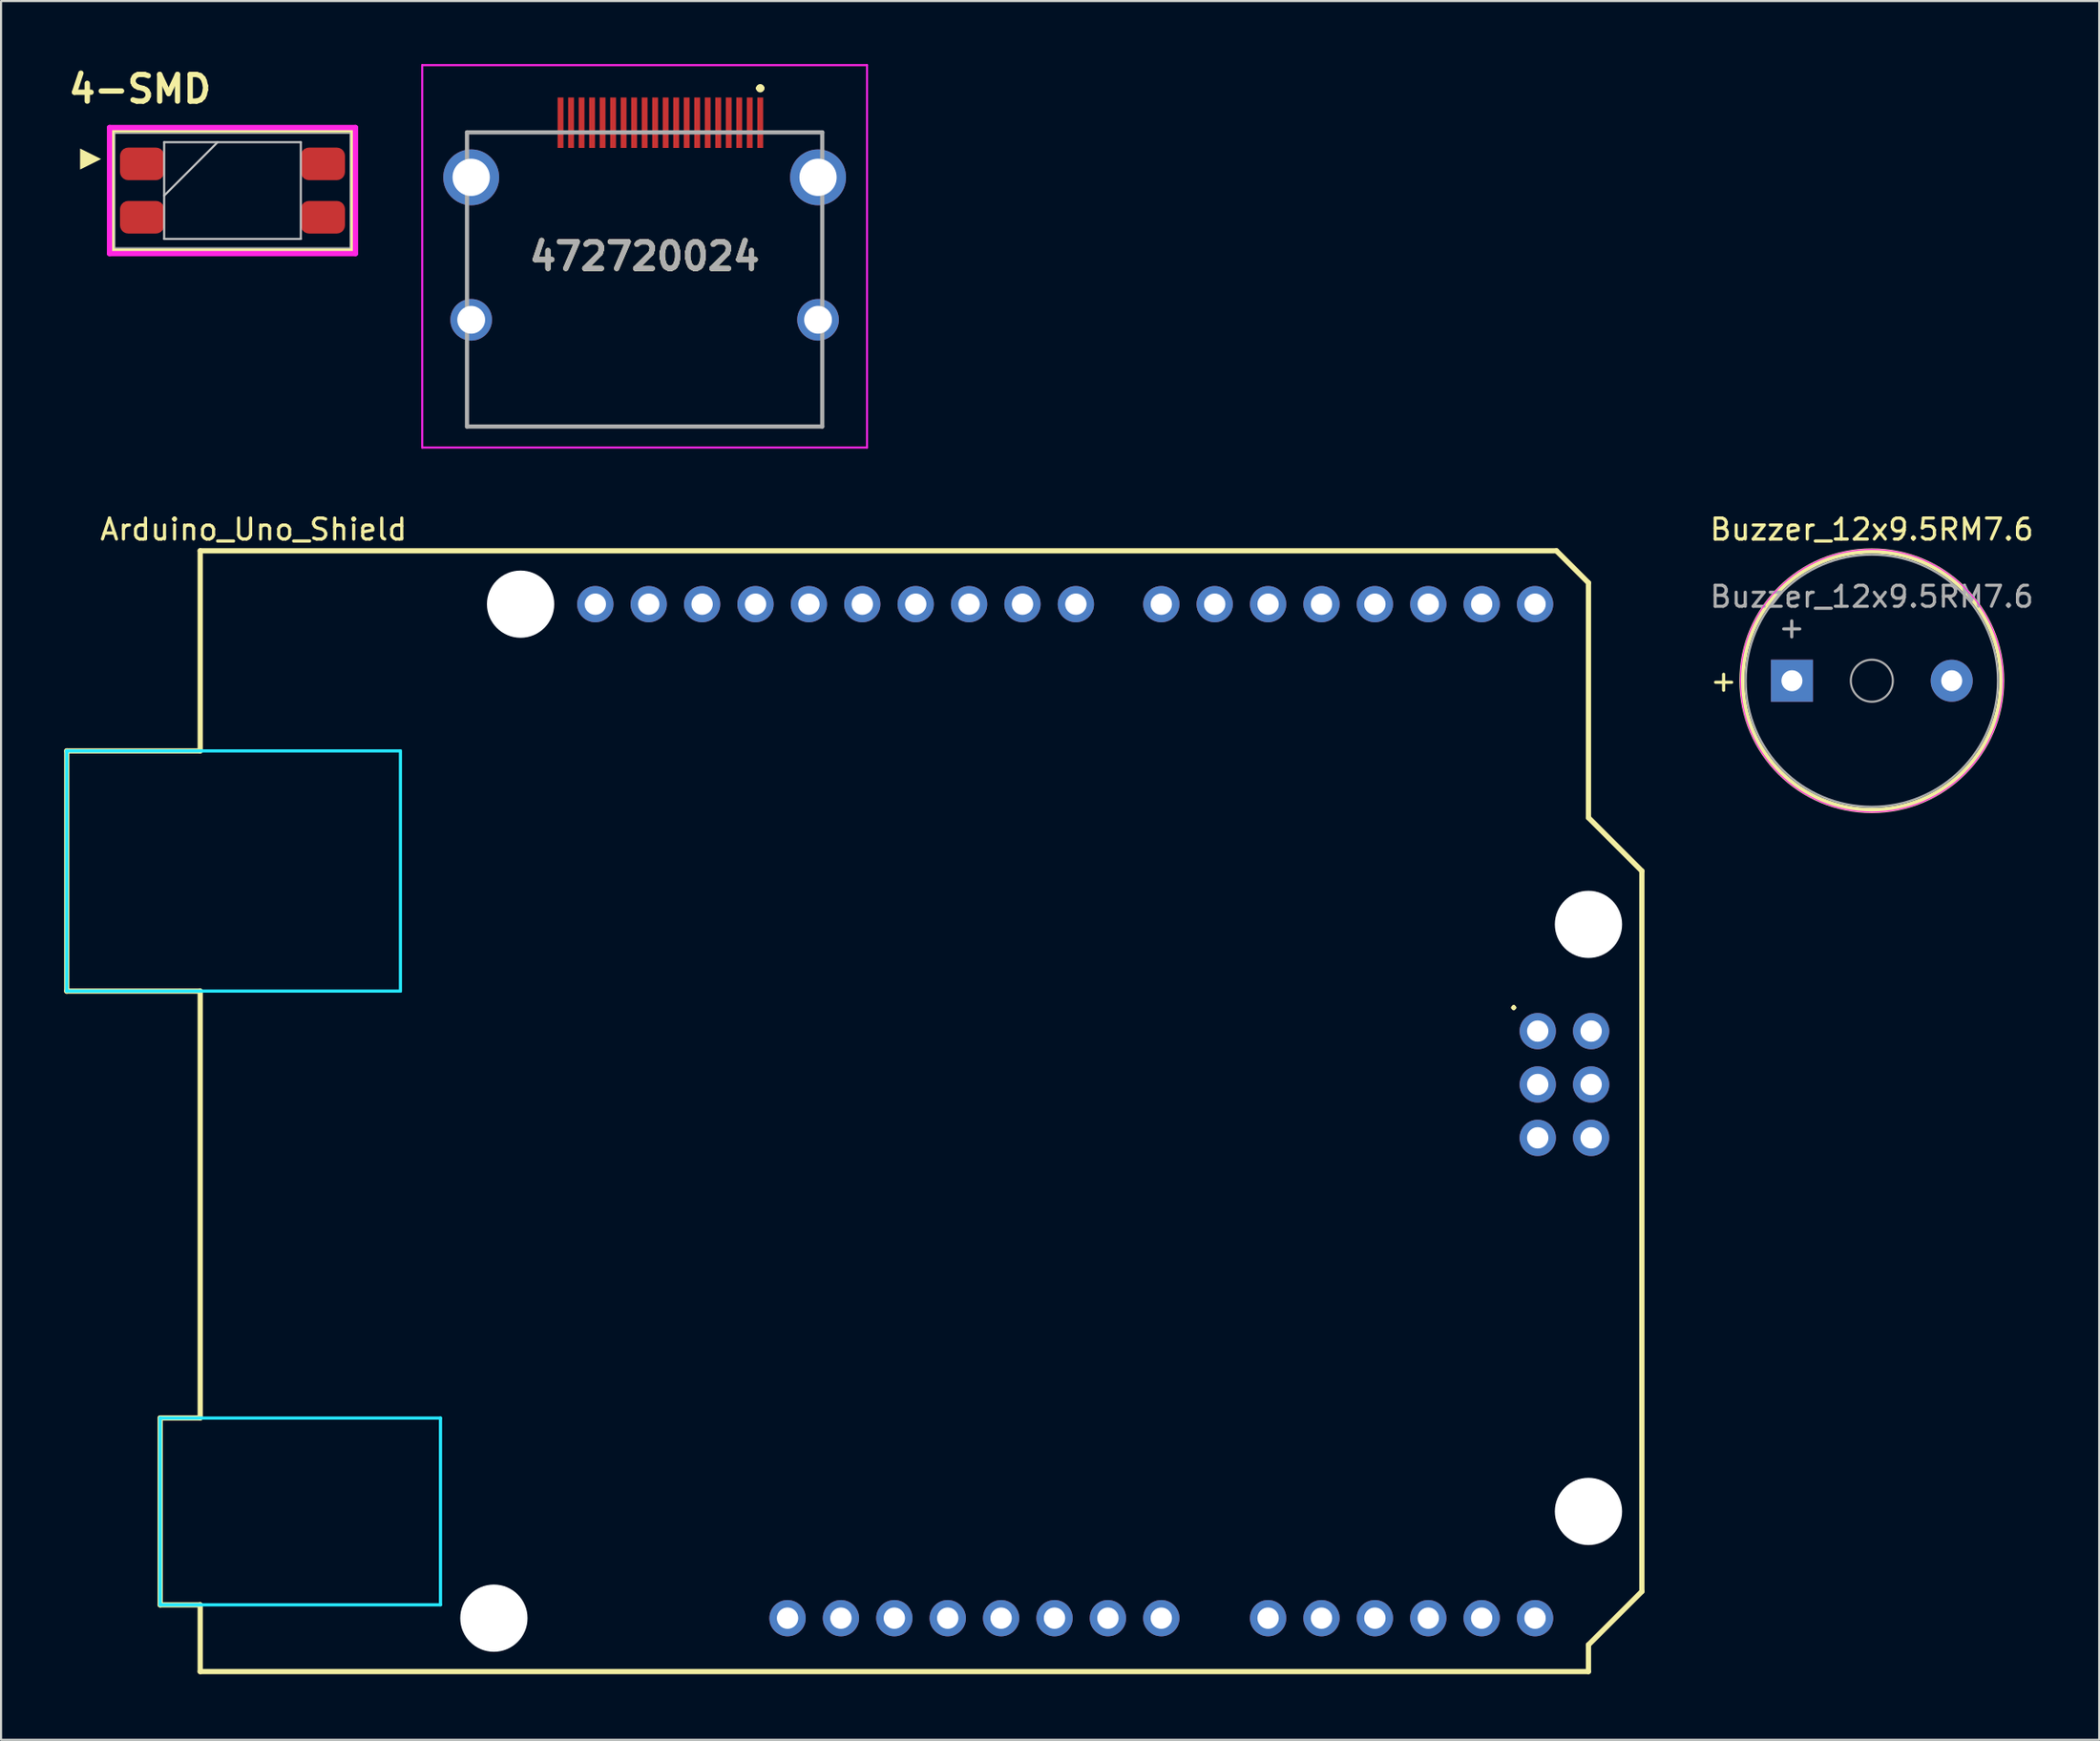
<source format=kicad_pcb>
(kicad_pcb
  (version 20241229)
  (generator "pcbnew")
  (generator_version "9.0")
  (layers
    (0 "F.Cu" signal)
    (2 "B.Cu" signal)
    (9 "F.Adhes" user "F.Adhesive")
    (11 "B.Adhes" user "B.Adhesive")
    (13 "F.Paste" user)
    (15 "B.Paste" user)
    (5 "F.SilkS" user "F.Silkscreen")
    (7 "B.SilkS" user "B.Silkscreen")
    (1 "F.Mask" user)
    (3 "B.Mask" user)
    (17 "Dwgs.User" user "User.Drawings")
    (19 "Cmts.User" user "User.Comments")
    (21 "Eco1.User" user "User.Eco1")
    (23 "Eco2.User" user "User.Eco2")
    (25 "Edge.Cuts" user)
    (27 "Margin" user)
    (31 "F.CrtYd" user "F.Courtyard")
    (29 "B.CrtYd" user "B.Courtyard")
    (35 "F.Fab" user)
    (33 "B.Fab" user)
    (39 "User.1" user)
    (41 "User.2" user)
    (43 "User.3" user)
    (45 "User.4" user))
  (footprint "Arduino_Uno_Shield"
    (layer "F.Cu")
    (at 6.474 76.504)
    (property "Reference" "Arduino_Uno_Shield" (at 2.54 -54.356 0) (layer "F.SilkS") (effects (font (size 1 1) (thickness 0.15))))
    (attr through_hole)
    (fp_line (start -6.349 -43.816) (end -6.349 -32.384) (stroke (width 0.25) (type solid)) (layer "F.SilkS"))
    (fp_line (start -6.349 -32.384) (end 0 -32.384) (stroke (width 0.25) (type solid)) (layer "F.SilkS"))
    (fp_line (start -1.905 -12.068) (end -1.905 -3.174) (stroke (width 0.25) (type solid)) (layer "F.SilkS"))
    (fp_line (start -1.905 -3.174) (end 0 -3.174) (stroke (width 0.25) (type solid)) (layer "F.SilkS"))
    (fp_line (start 0 -53.34) (end 0 -43.816) (stroke (width 0.25) (type solid)) (layer "F.SilkS"))
    (fp_line (start 0 -53.34) (end 64.516 -53.34) (stroke (width 0.25) (type solid)) (layer "F.SilkS"))
    (fp_line (start 0 -43.816) (end -6.349 -43.816) (stroke (width 0.25) (type solid)) (layer "F.SilkS"))
    (fp_line (start 0 -32.384) (end 0 -12.068) (stroke (width 0.25) (type solid)) (layer "F.SilkS"))
    (fp_line (start 0 -12.068) (end -1.905 -12.068) (stroke (width 0.25) (type solid)) (layer "F.SilkS"))
    (fp_line (start 0 -3.174) (end 0 0) (stroke (width 0.25) (type solid)) (layer "F.SilkS"))
    (fp_line (start 0 0) (end 66.04 0) (stroke (width 0.25) (type solid)) (layer "F.SilkS"))
    (fp_line (start 64.516 -53.34) (end 66.04 -51.816) (stroke (width 0.25) (type solid)) (layer "F.SilkS"))
    (fp_line (start 66.04 -40.64) (end 66.04 -51.816) (stroke (width 0.25) (type solid)) (layer "F.SilkS"))
    (fp_line (start 66.04 -1.27) (end 68.58 -3.81) (stroke (width 0.25) (type solid)) (layer "F.SilkS"))
    (fp_line (start 66.04 0) (end 66.04 -1.27) (stroke (width 0.25) (type solid)) (layer "F.SilkS"))
    (fp_line (start 68.58 -38.1) (end 66.04 -40.64) (stroke (width 0.25) (type solid)) (layer "F.SilkS"))
    (fp_line (start 68.58 -3.81) (end 68.58 -38.1) (stroke (width 0.25) (type solid)) (layer "F.SilkS"))
    (fp_line (start -6.35 -43.815) (end -6.35 -32.385) (stroke (width 0.15) (type solid)) (layer "B.CrtYd"))
    (fp_line (start -1.905 -12.065) (end -1.905 -3.175) (stroke (width 0.15) (type solid)) (layer "B.CrtYd"))
    (fp_line (start -1.905 -12.065) (end 11.43 -12.065) (stroke (width 0.15) (type solid)) (layer "B.CrtYd"))
    (fp_line (start -1.905 -3.175) (end 11.43 -3.175) (stroke (width 0.15) (type solid)) (layer "B.CrtYd"))
    (fp_line (start 9.525 -43.815) (end -6.35 -43.815) (stroke (width 0.15) (type solid)) (layer "B.CrtYd"))
    (fp_line (start 9.525 -43.815) (end 9.525 -32.385) (stroke (width 0.15) (type solid)) (layer "B.CrtYd"))
    (fp_line (start 9.525 -32.385) (end -6.35 -32.385) (stroke (width 0.15) (type solid)) (layer "B.CrtYd"))
    (fp_line (start 11.43 -12.065) (end 11.43 -3.175) (stroke (width 0.15) (type solid)) (layer "B.CrtYd"))
    (fp_text user "." (at 62.484 -32.004 0) (layer "F.SilkS") (effects (font (size 1 1) (thickness 0.15))))
    (pad "" np_thru_hole circle (at 13.97 -2.54) (size 3.2 3.2) (drill 3.2) (layers "*.Cu" "*.Mask"))
    (pad "" np_thru_hole circle (at 15.24 -50.8) (size 3.2 3.2) (drill 3.2) (layers "*.Cu" "*.Mask"))
    (pad "" thru_hole oval (at 27.94 -2.54) (size 1.727 1.727) (drill 1.016) (layers "*.Cu" "*.Mask"))
    (pad "" np_thru_hole circle (at 66.04 -35.56) (size 3.2 3.2) (drill 3.2) (layers "*.Cu" "*.Mask"))
    (pad "" np_thru_hole circle (at 66.04 -7.62) (size 3.2 3.2) (drill 3.2) (layers "*.Cu" "*.Mask"))
    (pad "3V3" thru_hole oval (at 35.56 -2.54) (size 1.727 1.727) (drill 1.016) (layers "*.Cu" "*.Mask"))
    (pad "5V1" thru_hole oval (at 38.1 -2.54) (size 1.727 1.727) (drill 1.016) (layers "*.Cu" "*.Mask"))
    (pad "5V2" thru_hole oval (at 66.167 -30.48) (size 1.727 1.727) (drill 1.016) (layers "*.Cu" "*.Mask"))
    (pad "A0" thru_hole oval (at 50.8 -2.54) (size 1.727 1.727) (drill 1.016) (layers "*.Cu" "*.Mask"))
    (pad "A1" thru_hole oval (at 53.34 -2.54) (size 1.727 1.727) (drill 1.016) (layers "*.Cu" "*.Mask"))
    (pad "A2" thru_hole oval (at 55.88 -2.54) (size 1.727 1.727) (drill 1.016) (layers "*.Cu" "*.Mask"))
    (pad "A3" thru_hole oval (at 58.42 -2.54) (size 1.727 1.727) (drill 1.016) (layers "*.Cu" "*.Mask"))
    (pad "A4" thru_hole oval (at 60.96 -2.54) (size 1.727 1.727) (drill 1.016) (layers "*.Cu" "*.Mask"))
    (pad "A5" thru_hole oval (at 63.5 -2.54) (size 1.727 1.727) (drill 1.016) (layers "*.Cu" "*.Mask"))
    (pad "AREF" thru_hole oval (at 23.876 -50.8) (size 1.727 1.727) (drill 1.016) (layers "*.Cu" "*.Mask"))
    (pad "D0" thru_hole oval (at 63.5 -50.8) (size 1.727 1.727) (drill 1.016) (layers "*.Cu" "*.Mask"))
    (pad "D1" thru_hole oval (at 60.96 -50.8) (size 1.727 1.727) (drill 1.016) (layers "*.Cu" "*.Mask"))
    (pad "D2" thru_hole oval (at 58.42 -50.8) (size 1.727 1.727) (drill 1.016) (layers "*.Cu" "*.Mask"))
    (pad "D3" thru_hole oval (at 55.88 -50.8) (size 1.727 1.727) (drill 1.016) (layers "*.Cu" "*.Mask"))
    (pad "D4" thru_hole oval (at 53.34 -50.8) (size 1.727 1.727) (drill 1.016) (layers "*.Cu" "*.Mask"))
    (pad "D5" thru_hole oval (at 50.8 -50.8) (size 1.727 1.727) (drill 1.016) (layers "*.Cu" "*.Mask"))
    (pad "D6" thru_hole oval (at 48.26 -50.8) (size 1.727 1.727) (drill 1.016) (layers "*.Cu" "*.Mask"))
    (pad "D7" thru_hole oval (at 45.72 -50.8) (size 1.727 1.727) (drill 1.016) (layers "*.Cu" "*.Mask"))
    (pad "D8" thru_hole oval (at 41.656 -50.8) (size 1.727 1.727) (drill 1.016) (layers "*.Cu" "*.Mask"))
    (pad "D9" thru_hole oval (at 39.116 -50.8) (size 1.727 1.727) (drill 1.016) (layers "*.Cu" "*.Mask"))
    (pad "D10" thru_hole oval (at 36.576 -50.8) (size 1.727 1.727) (drill 1.016) (layers "*.Cu" "*.Mask"))
    (pad "D11" thru_hole oval (at 34.036 -50.8) (size 1.727 1.727) (drill 1.016) (layers "*.Cu" "*.Mask"))
    (pad "D12" thru_hole oval (at 31.496 -50.8) (size 1.727 1.727) (drill 1.016) (layers "*.Cu" "*.Mask"))
    (pad "D13" thru_hole oval (at 28.956 -50.8) (size 1.727 1.727) (drill 1.016) (layers "*.Cu" "*.Mask"))
    (pad "GND1" thru_hole oval (at 26.416 -50.8) (size 1.727 1.727) (drill 1.016) (layers "*.Cu" "*.Mask"))
    (pad "GND2" thru_hole oval (at 40.64 -2.54) (size 1.727 1.727) (drill 1.016) (layers "*.Cu" "*.Mask"))
    (pad "GND3" thru_hole oval (at 43.18 -2.54) (size 1.727 1.727) (drill 1.016) (layers "*.Cu" "*.Mask"))
    (pad "GND4" thru_hole oval (at 66.167 -25.4) (size 1.727 1.727) (drill 1.016) (layers "*.Cu" "*.Mask"))
    (pad "IORF" thru_hole oval (at 30.48 -2.54) (size 1.727 1.727) (drill 1.016) (layers "*.Cu" "*.Mask"))
    (pad "MISO" thru_hole oval (at 63.627 -30.48) (size 1.727 1.727) (drill 1.016) (layers "*.Cu" "*.Mask"))
    (pad "MOSI" thru_hole oval (at 66.167 -27.94) (size 1.727 1.727) (drill 1.016) (layers "*.Cu" "*.Mask"))
    (pad "RST1" thru_hole oval (at 33.02 -2.54) (size 1.727 1.727) (drill 1.016) (layers "*.Cu" "*.Mask"))
    (pad "RST2" thru_hole oval (at 63.627 -25.4) (size 1.727 1.727) (drill 1.016) (layers "*.Cu" "*.Mask"))
    (pad "SCK" thru_hole oval (at 63.627 -27.94) (size 1.727 1.727) (drill 1.016) (layers "*.Cu" "*.Mask"))
    (pad "SCL" thru_hole oval (at 18.796 -50.8) (size 1.727 1.727) (drill 1.016) (layers "*.Cu" "*.Mask"))
    (pad "SDA" thru_hole oval (at 21.336 -50.8) (size 1.727 1.727) (drill 1.016) (layers "*.Cu" "*.Mask"))
    (pad "VIN" thru_hole oval (at 45.72 -2.54) (size 1.727 1.727) (drill 1.016) (layers "*.Cu" "*.Mask")))
  (footprint "472720024"
    (layer "F.Cu")
    (at 27.615 9.15)
    (property "Reference" "472720024" (at 0 0 0) (layer "F.SilkS") (effects (font (size 1.27 1.27) (thickness 0.254))))
    (attr through_hole)
    (fp_line (start -8.45 -5.9) (end -5 -5.9) (stroke (width 0.1) (type solid)) (layer "F.SilkS"))
    (fp_line (start -8.45 5.1) (end -8.45 8.1) (stroke (width 0.1) (type solid)) (layer "F.SilkS"))
    (fp_line (start -8.45 8.1) (end 8.45 8.1) (stroke (width 0.1) (type solid)) (layer "F.SilkS"))
    (fp_line (start 5.4 -8) (end 5.4 -8) (stroke (width 0.2) (type solid)) (layer "F.SilkS"))
    (fp_line (start 5.6 -8) (end 5.6 -8) (stroke (width 0.2) (type solid)) (layer "F.SilkS"))
    (fp_line (start 8.45 -5.9) (end 5.6 -5.9) (stroke (width 0.1) (type solid)) (layer "F.SilkS"))
    (fp_line (start 8.45 8.1) (end 8.45 5.1) (stroke (width 0.1) (type solid)) (layer "F.SilkS"))
    (fp_arc (start 5.4 -8) (mid 5.5 -8.1) (end 5.6 -8) (stroke (width 0.2) (type solid)) (layer "F.SilkS"))
    (fp_arc (start 5.6 -8) (mid 5.5 -7.9) (end 5.4 -8) (stroke (width 0.2) (type solid)) (layer "F.SilkS"))
    (fp_line (start -10.58 -9.1) (end 10.58 -9.1) (stroke (width 0.1) (type solid)) (layer "F.CrtYd"))
    (fp_line (start -10.58 9.1) (end -10.58 -9.1) (stroke (width 0.1) (type solid)) (layer "F.CrtYd"))
    (fp_line (start 10.58 -9.1) (end 10.58 9.1) (stroke (width 0.1) (type solid)) (layer "F.CrtYd"))
    (fp_line (start 10.58 9.1) (end -10.58 9.1) (stroke (width 0.1) (type solid)) (layer "F.CrtYd"))
    (fp_line (start -8.45 -5.9) (end 8.45 -5.9) (stroke (width 0.2) (type solid)) (layer "F.Fab"))
    (fp_line (start -8.45 8.1) (end -8.45 -5.9) (stroke (width 0.2) (type solid)) (layer "F.Fab"))
    (fp_line (start 8.45 -5.9) (end 8.45 8.1) (stroke (width 0.2) (type solid)) (layer "F.Fab"))
    (fp_line (start 8.45 8.1) (end -8.45 8.1) (stroke (width 0.2) (type solid)) (layer "F.Fab"))
    (fp_text user "${REFERENCE}" (at 0 0 0) (layer "F.Fab") (effects (font (size 1.27 1.27) (thickness 0.254))))
    (pad "" np_thru_hole circle (at 0 3.8) (size 0.001 0.001) (drill 1.45) (layers "*.Cu" "*.Mask"))
    (pad "1" smd rect (at 5.5 -6.36) (size 0.28 2.4) (layers "F.Cu" "F.Mask" "F.Paste"))
    (pad "2" smd rect (at 5 -6.36) (size 0.28 2.4) (layers "F.Cu" "F.Mask" "F.Paste"))
    (pad "3" smd rect (at 4.5 -6.36) (size 0.28 2.4) (layers "F.Cu" "F.Mask" "F.Paste"))
    (pad "4" smd rect (at 4 -6.36) (size 0.28 2.4) (layers "F.Cu" "F.Mask" "F.Paste"))
    (pad "5" smd rect (at 3.5 -6.36) (size 0.28 2.4) (layers "F.Cu" "F.Mask" "F.Paste"))
    (pad "6" smd rect (at 3 -6.36) (size 0.28 2.4) (layers "F.Cu" "F.Mask" "F.Paste"))
    (pad "7" smd rect (at 2.5 -6.36) (size 0.28 2.4) (layers "F.Cu" "F.Mask" "F.Paste"))
    (pad "8" smd rect (at 2 -6.36) (size 0.28 2.4) (layers "F.Cu" "F.Mask" "F.Paste"))
    (pad "9" smd rect (at 1.5 -6.36) (size 0.28 2.4) (layers "F.Cu" "F.Mask" "F.Paste"))
    (pad "10" smd rect (at 1 -6.36) (size 0.28 2.4) (layers "F.Cu" "F.Mask" "F.Paste"))
    (pad "11" smd rect (at 0.5 -6.36) (size 0.28 2.4) (layers "F.Cu" "F.Mask" "F.Paste"))
    (pad "12" smd rect (at 0 -6.36) (size 0.28 2.4) (layers "F.Cu" "F.Mask" "F.Paste"))
    (pad "13" smd rect (at -0.5 -6.36) (size 0.28 2.4) (layers "F.Cu" "F.Mask" "F.Paste"))
    (pad "14" smd rect (at -1 -6.36) (size 0.28 2.4) (layers "F.Cu" "F.Mask" "F.Paste"))
    (pad "15" smd rect (at -1.5 -6.36) (size 0.28 2.4) (layers "F.Cu" "F.Mask" "F.Paste"))
    (pad "16" smd rect (at -2 -6.36) (size 0.28 2.4) (layers "F.Cu" "F.Mask" "F.Paste"))
    (pad "17" smd rect (at -2.5 -6.36) (size 0.28 2.4) (layers "F.Cu" "F.Mask" "F.Paste"))
    (pad "18" smd rect (at -3 -6.36) (size 0.28 2.4) (layers "F.Cu" "F.Mask" "F.Paste"))
    (pad "19" smd rect (at -3.5 -6.36) (size 0.28 2.4) (layers "F.Cu" "F.Mask" "F.Paste"))
    (pad "20" smd rect (at -4 -6.36) (size 0.28 2.4) (layers "F.Cu" "F.Mask" "F.Paste"))
    (pad "MH1" thru_hole circle (at -8.25 -3.76) (size 2.66 2.66) (drill 1.773) (layers "*.Cu" "*.Mask"))
    (pad "MH2" thru_hole circle (at -8.25 3.02) (size 1.982 1.982) (drill 1.321) (layers "*.Cu" "*.Mask"))
    (pad "MH3" thru_hole circle (at 8.25 3.02) (size 1.982 1.982) (drill 1.321) (layers "*.Cu" "*.Mask"))
    (pad "MH4" thru_hole circle (at 8.25 -3.76) (size 2.66 2.66) (drill 1.773) (layers "*.Cu" "*.Mask")))
  (footprint "Buzzer_12x9.5RM7.6"
    (layer "F.Cu")
    (at 82.194 29.348)
    (property "Reference" "Buzzer_12x9.5RM7.6" (at 3.8 -7.2 0) (layer "F.SilkS") (effects (font (size 1 1) (thickness 0.15))))
    (attr through_hole)
    (fp_circle (center 3.8 0) (end 9.975 -0.001) (stroke (width 0.25) (type solid)) (fill no) (layer "F.SilkS"))
    (fp_circle (center 3.8 0) (end 10.05 0) (stroke (width 0.05) (type solid)) (fill no) (layer "F.CrtYd"))
    (fp_circle (center 3.8 0) (end 4.8 0) (stroke (width 0.1) (type solid)) (fill no) (layer "F.Fab"))
    (fp_circle (center 3.8 0) (end 9.8 0) (stroke (width 0.1) (type solid)) (fill no) (layer "F.Fab"))
    (fp_text user "+" (at -3.25 0 0) (layer "F.SilkS") (effects (font (size 1 1) (thickness 0.15))))
    (fp_text user "${REFERENCE}" (at 3.8 -4 0) (layer "F.Fab") (effects (font (size 1 1) (thickness 0.15))))
    (fp_text user "+" (at -0.01 -2.54 0) (layer "F.Fab") (effects (font (size 1 1) (thickness 0.15))))
    (pad "1" thru_hole rect (at 0 0) (size 2 2) (drill 1) (layers "*.Cu" "*.Mask"))
    (pad "2" thru_hole circle (at 7.6 0) (size 2 2) (drill 1) (layers "*.Cu" "*.Mask")))
  (footprint "4-SMD"
    (layer "F.Cu")
    (at 8.01 6.019)
    (property "Reference" "4-SMD" (at -4.4 -4.83 0) (layer "F.SilkS") (effects (font (size 1.27 1.27) (thickness 0.254))))
    (attr smd)
    (fp_line (start -5.725 -2.875) (end 5.725 -2.875) (stroke (width 0.25) (type solid)) (layer "F.SilkS"))
    (fp_line (start -5.725 2.875) (end -5.725 -2.875) (stroke (width 0.25) (type solid)) (layer "F.SilkS"))
    (fp_line (start 5.725 -2.875) (end 5.725 2.875) (stroke (width 0.25) (type solid)) (layer "F.SilkS"))
    (fp_line (start 5.725 2.875) (end -5.725 2.875) (stroke (width 0.25) (type solid)) (layer "F.SilkS"))
    (fp_poly (pts (xy -6.25 -1.5) (xy -7.25 -2) (xy -7.25 -1)) (stroke (width 0) (type solid)) (fill yes) (layer "F.SilkS"))
    (fp_line (start -5.6 -2.725) (end 5.6 -2.725) (stroke (width 0.05) (type solid)) (layer "Dwgs.User"))
    (fp_line (start -5.6 2.725) (end -5.6 -2.725) (stroke (width 0.05) (type solid)) (layer "Dwgs.User"))
    (fp_line (start -3.25 -2.3) (end 3.25 -2.3) (stroke (width 0.1) (type solid)) (layer "Dwgs.User"))
    (fp_line (start -3.25 0.24) (end -0.71 -2.3) (stroke (width 0.1) (type solid)) (layer "Dwgs.User"))
    (fp_line (start -3.25 2.3) (end -3.25 -2.3) (stroke (width 0.1) (type solid)) (layer "Dwgs.User"))
    (fp_line (start 3.25 -2.3) (end 3.25 2.3) (stroke (width 0.1) (type solid)) (layer "Dwgs.User"))
    (fp_line (start 3.25 2.3) (end -3.25 2.3) (stroke (width 0.1) (type solid)) (layer "Dwgs.User"))
    (fp_line (start 5.6 -2.725) (end 5.6 2.725) (stroke (width 0.05) (type solid)) (layer "Dwgs.User"))
    (fp_line (start 5.6 2.725) (end -5.6 2.725) (stroke (width 0.05) (type solid)) (layer "Dwgs.User"))
    (fp_line (start -5.85 -3) (end 5.85 -3) (stroke (width 0.25) (type solid)) (layer "F.CrtYd"))
    (fp_line (start -5.85 3) (end -5.85 -3) (stroke (width 0.25) (type solid)) (layer "F.CrtYd"))
    (fp_line (start 5.85 -3) (end 5.85 3) (stroke (width 0.25) (type solid)) (layer "F.CrtYd"))
    (fp_line (start 5.85 3) (end -5.85 3) (stroke (width 0.25) (type solid)) (layer "F.CrtYd"))
    (pad "1" smd roundrect (at -4.3 -1.27 90) (size 1.55 2.1) (layers "F.Cu" "F.Mask" "F.Paste") (roundrect_rratio 0.25))
    (pad "2" smd roundrect (at -4.3 1.27 90) (size 1.55 2.1) (layers "F.Cu" "F.Mask" "F.Paste") (roundrect_rratio 0.25))
    (pad "3" smd roundrect (at 4.3 1.27 90) (size 1.55 2.1) (layers "F.Cu" "F.Mask" "F.Paste") (roundrect_rratio 0.25))
    (pad "4" smd roundrect (at 4.3 -1.27 90) (size 1.55 2.1) (layers "F.Cu" "F.Mask" "F.Paste") (roundrect_rratio 0.25)))
  (gr_rect
    (start -3 -3)
    (end 96.81 79.754)
    (stroke (width 0.1) (type default))
    (fill no)
    (layer "Edge.Cuts")))
</source>
